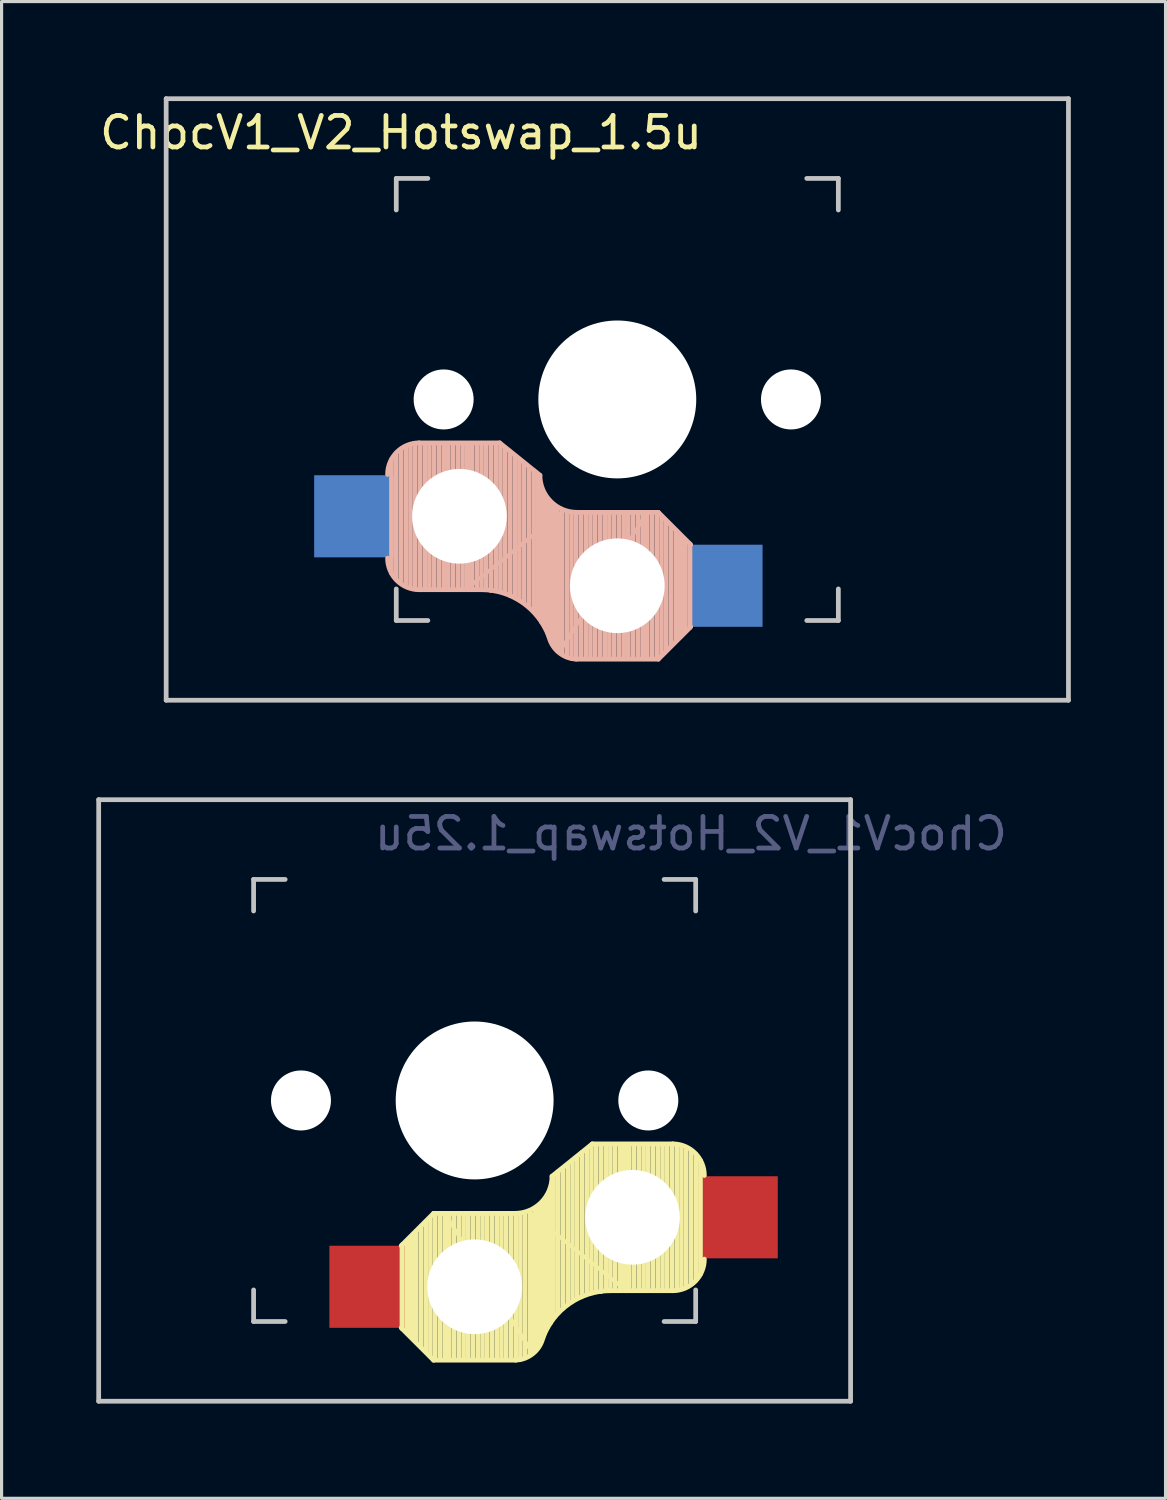
<source format=kicad_pcb>
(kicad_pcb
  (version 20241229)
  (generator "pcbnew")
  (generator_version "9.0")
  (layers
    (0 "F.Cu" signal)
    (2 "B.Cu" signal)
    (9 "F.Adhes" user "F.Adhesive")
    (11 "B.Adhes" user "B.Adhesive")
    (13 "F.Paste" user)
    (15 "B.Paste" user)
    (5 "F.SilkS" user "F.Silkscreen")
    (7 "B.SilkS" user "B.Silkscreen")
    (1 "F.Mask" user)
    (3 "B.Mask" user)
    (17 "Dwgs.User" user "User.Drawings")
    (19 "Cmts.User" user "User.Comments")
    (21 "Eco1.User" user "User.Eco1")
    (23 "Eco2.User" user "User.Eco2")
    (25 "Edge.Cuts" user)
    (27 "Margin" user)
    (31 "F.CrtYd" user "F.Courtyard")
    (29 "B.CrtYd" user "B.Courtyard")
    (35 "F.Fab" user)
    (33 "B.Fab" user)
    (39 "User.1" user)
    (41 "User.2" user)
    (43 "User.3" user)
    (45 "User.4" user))
  (footprint "ChocV1_V2_Hotswap_1.25u"
    (layer "F.Cu")
    (at 11.981 31.8)
    (property "Reference" "ChocV1_V2_Hotswap_1.25u" (at 6.85 -8.45 0) (layer "B.Fab") (effects (font (size 1 1) (thickness 0.15)) (justify mirror)))
    (attr through_hole)
    (fp_line (start -2.3 4.575) (end -2.3 7.225) (stroke (width 0.15) (type solid)) (layer "F.SilkS"))
    (fp_line (start -2.15 7.35) (end -2.15 4.45) (stroke (width 0.15) (type solid)) (layer "F.SilkS"))
    (fp_line (start -2.05 7.45) (end -2.05 4.35) (stroke (width 0.15) (type solid)) (layer "F.SilkS"))
    (fp_line (start -1.95 7.55) (end -1.95 4.25) (stroke (width 0.15) (type solid)) (layer "F.SilkS"))
    (fp_line (start -1.85 7.65) (end -1.85 4.15) (stroke (width 0.15) (type solid)) (layer "F.SilkS"))
    (fp_line (start -1.7 7.8) (end -1.7 4) (stroke (width 0.15) (type solid)) (layer "F.SilkS"))
    (fp_line (start -1.55 7.95) (end -1.55 3.85) (stroke (width 0.15) (type solid)) (layer "F.SilkS"))
    (fp_line (start -1.4 8.1) (end -1.4 3.7) (stroke (width 0.15) (type solid)) (layer "F.SilkS"))
    (fp_line (start -1.3 3.575) (end -2.325 4.6) (stroke (width 0.15) (type solid)) (layer "F.SilkS"))
    (fp_line (start -1.3 3.575) (end 1.275 3.575) (stroke (width 0.15) (type solid)) (layer "F.SilkS"))
    (fp_line (start -1.3 8.225) (end -2.325 7.2) (stroke (width 0.15) (type solid)) (layer "F.SilkS"))
    (fp_line (start -1.3 8.225) (end 1.3 8.225) (stroke (width 0.15) (type solid)) (layer "F.SilkS"))
    (fp_line (start -1.25 8.2) (end -1.25 3.6) (stroke (width 0.15) (type solid)) (layer "F.SilkS"))
    (fp_line (start -1.1 8.2) (end -1.1 3.6) (stroke (width 0.15) (type solid)) (layer "F.SilkS"))
    (fp_line (start -0.95 8.2) (end -0.95 3.6) (stroke (width 0.15) (type solid)) (layer "F.SilkS"))
    (fp_line (start -0.9 3.65) (end 1.8 7.95) (stroke (width 0.12) (type solid)) (layer "F.SilkS"))
    (fp_line (start -0.9 8.1) (end -0.9 3.65) (stroke (width 0.12) (type solid)) (layer "F.SilkS"))
    (fp_line (start -0.8 8.2) (end -0.8 3.6) (stroke (width 0.15) (type solid)) (layer "F.SilkS"))
    (fp_line (start -0.65 8.2) (end -0.65 3.6) (stroke (width 0.15) (type solid)) (layer "F.SilkS"))
    (fp_line (start -0.5 8.2) (end -0.5 3.6) (stroke (width 0.15) (type solid)) (layer "F.SilkS"))
    (fp_line (start -0.35 8.2) (end -0.35 3.6) (stroke (width 0.15) (type solid)) (layer "F.SilkS"))
    (fp_line (start -0.2 8.2) (end -0.2 3.6) (stroke (width 0.15) (type solid)) (layer "F.SilkS"))
    (fp_line (start -0.05 8.2) (end -0.05 3.6) (stroke (width 0.15) (type solid)) (layer "F.SilkS"))
    (fp_line (start 0.1 8.2) (end 0.1 3.6) (stroke (width 0.15) (type solid)) (layer "F.SilkS"))
    (fp_line (start 0.25 8.2) (end 0.25 3.6) (stroke (width 0.15) (type solid)) (layer "F.SilkS"))
    (fp_line (start 0.4 8.2) (end 0.4 3.6) (stroke (width 0.15) (type solid)) (layer "F.SilkS"))
    (fp_line (start 0.55 8.2) (end 0.55 3.6) (stroke (width 0.15) (type solid)) (layer "F.SilkS"))
    (fp_line (start 0.7 8.2) (end 0.7 3.6) (stroke (width 0.15) (type solid)) (layer "F.SilkS"))
    (fp_line (start 0.85 8.2) (end 0.85 3.6) (stroke (width 0.15) (type solid)) (layer "F.SilkS"))
    (fp_line (start 1 8.2) (end 1 3.6) (stroke (width 0.15) (type solid)) (layer "F.SilkS"))
    (fp_line (start 1.15 8.2) (end 1.15 3.65) (stroke (width 0.15) (type solid)) (layer "F.SilkS"))
    (fp_line (start 1.3 8.2) (end 1.3 3.6) (stroke (width 0.15) (type solid)) (layer "F.SilkS"))
    (fp_line (start 1.45 8.2) (end 1.45 3.6) (stroke (width 0.15) (type solid)) (layer "F.SilkS"))
    (fp_line (start 1.6 8.15) (end 1.6 3.6) (stroke (width 0.15) (type solid)) (layer "F.SilkS"))
    (fp_line (start 1.75 8.05) (end 1.75 3.5) (stroke (width 0.15) (type solid)) (layer "F.SilkS"))
    (fp_line (start 1.8 3.6) (end 4.65 5.9) (stroke (width 0.12) (type solid)) (layer "F.SilkS"))
    (fp_line (start 1.8 7.95) (end 1.8 3.6) (stroke (width 0.12) (type solid)) (layer "F.SilkS"))
    (fp_line (start 1.9 7.95) (end 1.9 3.45) (stroke (width 0.15) (type solid)) (layer "F.SilkS"))
    (fp_line (start 2 7.8) (end 2 3.4) (stroke (width 0.15) (type solid)) (layer "F.SilkS"))
    (fp_line (start 2.1 7.55) (end 2.1 3.35) (stroke (width 0.15) (type solid)) (layer "F.SilkS"))
    (fp_line (start 2.2 7.4) (end 2.2 3.25) (stroke (width 0.15) (type solid)) (layer "F.SilkS"))
    (fp_line (start 2.3 7.2) (end 2.3 3.05) (stroke (width 0.15) (type solid)) (layer "F.SilkS"))
    (fp_line (start 2.4 7.05) (end 2.4 2.9) (stroke (width 0.15) (type solid)) (layer "F.SilkS"))
    (fp_line (start 2.5 6.85) (end 2.5 2.4) (stroke (width 0.15) (type solid)) (layer "F.SilkS"))
    (fp_line (start 2.65 6.7) (end 2.65 2.25) (stroke (width 0.15) (type solid)) (layer "F.SilkS"))
    (fp_line (start 2.8 6.55) (end 2.8 2.15) (stroke (width 0.15) (type solid)) (layer "F.SilkS"))
    (fp_line (start 2.95 6.45) (end 2.95 2.05) (stroke (width 0.15) (type solid)) (layer "F.SilkS"))
    (fp_line (start 3.1 6.35) (end 3.1 1.9) (stroke (width 0.15) (type solid)) (layer "F.SilkS"))
    (fp_line (start 3.25 6.25) (end 3.25 1.8) (stroke (width 0.15) (type solid)) (layer "F.SilkS"))
    (fp_line (start 3.4 6.2) (end 3.4 1.65) (stroke (width 0.15) (type solid)) (layer "F.SilkS"))
    (fp_line (start 3.55 6.1) (end 3.55 1.55) (stroke (width 0.15) (type solid)) (layer "F.SilkS"))
    (fp_line (start 3.7 6.05) (end 3.7 1.45) (stroke (width 0.15) (type solid)) (layer "F.SilkS"))
    (fp_line (start 3.725 1.375) (end 2.45 2.4) (stroke (width 0.15) (type solid)) (layer "F.SilkS"))
    (fp_line (start 3.725 1.375) (end 6.275 1.375) (stroke (width 0.15) (type solid)) (layer "F.SilkS"))
    (fp_line (start 3.85 6.05) (end 3.85 1.4) (stroke (width 0.15) (type solid)) (layer "F.SilkS"))
    (fp_line (start 4 6.05) (end 4 1.4) (stroke (width 0.15) (type solid)) (layer "F.SilkS"))
    (fp_line (start 4.15 6) (end 4.15 1.45) (stroke (width 0.15) (type solid)) (layer "F.SilkS"))
    (fp_line (start 4.3 6) (end 4.3 1.4) (stroke (width 0.15) (type solid)) (layer "F.SilkS"))
    (fp_line (start 4.3 6.025) (end 6.275 6.025) (stroke (width 0.15) (type solid)) (layer "F.SilkS"))
    (fp_line (start 4.45 6) (end 4.45 1.4) (stroke (width 0.15) (type solid)) (layer "F.SilkS"))
    (fp_line (start 4.6 6) (end 4.6 1.4) (stroke (width 0.15) (type solid)) (layer "F.SilkS"))
    (fp_line (start 4.65 5.9) (end 4.65 1.4) (stroke (width 0.12) (type solid)) (layer "F.SilkS"))
    (fp_line (start 4.75 6) (end 4.75 1.4) (stroke (width 0.15) (type solid)) (layer "F.SilkS"))
    (fp_line (start 4.9 6) (end 4.9 1.4) (stroke (width 0.15) (type solid)) (layer "F.SilkS"))
    (fp_line (start 5.05 6) (end 5.05 1.4) (stroke (width 0.15) (type solid)) (layer "F.SilkS"))
    (fp_line (start 5.2 6) (end 5.2 1.4) (stroke (width 0.15) (type solid)) (layer "F.SilkS"))
    (fp_line (start 5.35 6) (end 5.35 1.4) (stroke (width 0.15) (type solid)) (layer "F.SilkS"))
    (fp_line (start 5.5 6) (end 5.5 1.4) (stroke (width 0.15) (type solid)) (layer "F.SilkS"))
    (fp_line (start 5.65 6) (end 5.65 1.4) (stroke (width 0.15) (type solid)) (layer "F.SilkS"))
    (fp_line (start 5.8 6) (end 5.8 1.4) (stroke (width 0.15) (type solid)) (layer "F.SilkS"))
    (fp_line (start 5.95 6) (end 5.95 1.4) (stroke (width 0.15) (type solid)) (layer "F.SilkS"))
    (fp_line (start 6.1 6) (end 6.1 1.4) (stroke (width 0.15) (type solid)) (layer "F.SilkS"))
    (fp_line (start 6.25 6) (end 6.25 1.4) (stroke (width 0.15) (type solid)) (layer "F.SilkS"))
    (fp_line (start 6.4 6) (end 6.4 1.45) (stroke (width 0.15) (type solid)) (layer "F.SilkS"))
    (fp_line (start 6.55 5.95) (end 6.55 1.45) (stroke (width 0.15) (type solid)) (layer "F.SilkS"))
    (fp_line (start 6.7 5.9) (end 6.7 1.5) (stroke (width 0.15) (type solid)) (layer "F.SilkS"))
    (fp_line (start 6.85 5.8) (end 6.85 1.6) (stroke (width 0.15) (type solid)) (layer "F.SilkS"))
    (fp_line (start 7 5.7) (end 7 1.7) (stroke (width 0.15) (type solid)) (layer "F.SilkS"))
    (fp_line (start 7.15 5.5) (end 7.15 1.9) (stroke (width 0.15) (type solid)) (layer "F.SilkS"))
    (fp_arc (start 2.162199 7.521904) (mid 1.848284 8.016021) (end 1.300995 8.223791) (stroke (width 0.15) (type solid)) (layer "F.SilkS"))
    (fp_arc (start 2.162199 7.521904) (mid 2.995114 6.436429) (end 4.3 6.025) (stroke (width 0.15) (type solid)) (layer "F.SilkS"))
    (fp_arc (start 2.45 2.4) (mid 2.10585 3.23085) (end 1.275 3.575) (stroke (width 0.15) (type solid)) (layer "F.SilkS"))
    (fp_arc (start 6.275 1.375) (mid 6.982107 1.667893) (end 7.275 2.375) (stroke (width 0.15) (type solid)) (layer "F.SilkS"))
    (fp_arc (start 7.275 5.025) (mid 6.982107 5.732107) (end 6.275 6.025) (stroke (width 0.15) (type solid)) (layer "F.SilkS"))
    (fp_line (start -11.906 -9.525) (end -11.906 9.525) (stroke (width 0.15) (type solid)) (layer "Dwgs.User"))
    (fp_line (start -11.906 9.525) (end 11.906 9.525) (stroke (width 0.15) (type solid)) (layer "Dwgs.User"))
    (fp_line (start -7 -7) (end -6 -7) (stroke (width 0.15) (type solid)) (layer "Dwgs.User"))
    (fp_line (start -7 -6) (end -7 -7) (stroke (width 0.15) (type solid)) (layer "Dwgs.User"))
    (fp_line (start -7 7) (end -7 6) (stroke (width 0.15) (type solid)) (layer "Dwgs.User"))
    (fp_line (start -6 7) (end -7 7) (stroke (width 0.15) (type solid)) (layer "Dwgs.User"))
    (fp_line (start 6 7) (end 7 7) (stroke (width 0.15) (type solid)) (layer "Dwgs.User"))
    (fp_line (start 7 -7) (end 6 -7) (stroke (width 0.15) (type solid)) (layer "Dwgs.User"))
    (fp_line (start 7 -6) (end 7 -7) (stroke (width 0.15) (type solid)) (layer "Dwgs.User"))
    (fp_line (start 7 7) (end 7 6) (stroke (width 0.15) (type solid)) (layer "Dwgs.User"))
    (fp_line (start 11.906 -9.525) (end -11.906 -9.525) (stroke (width 0.15) (type solid)) (layer "Dwgs.User"))
    (fp_line (start 11.906 9.525) (end 11.906 -9.525) (stroke (width 0.15) (type solid)) (layer "Dwgs.User"))
    (pad "" np_thru_hole circle (at -5.5 0 270) (size 1.9 1.9) (drill 1.9) (layers "*.Cu"))
    (pad "" np_thru_hole circle (at 0 0 270) (size 5 5) (drill 5) (layers "*.Cu"))
    (pad "" np_thru_hole circle (at 0 5.9 270) (size 3 3) (drill 3) (layers "*.Cu" "*.Mask"))
    (pad "" np_thru_hole circle (at 5 3.7 270) (size 3 3) (drill 3) (layers "*.Cu" "*.Mask"))
    (pad "" np_thru_hole circle (at 5.5 0 270) (size 1.9 1.9) (drill 1.9) (layers "*.Cu"))
    (pad "1" smd rect (at 8.3 3.7 180) (size 2.6 2.6) (layers "F.Cu" "F.Mask" "F.Paste"))
    (pad "2" smd rect (at -3.3 5.9 180) (size 2.6 2.6) (layers "F.Cu" "F.Mask" "F.Paste")))
  (footprint "ChocV1_V2_Hotswap_1.5u"
    (layer "F.Cu")
    (at 16.499 9.6)
    (property "Reference" "ChocV1_V2_Hotswap_1.5u" (at -6.85 -8.45 0) (layer "F.SilkS") (effects (font (size 1 1) (thickness 0.15))))
    (attr through_hole)
    (fp_line (start -7.15 5.5) (end -7.15 1.9) (stroke (width 0.15) (type solid)) (layer "B.SilkS"))
    (fp_line (start -7 5.7) (end -7 1.7) (stroke (width 0.15) (type solid)) (layer "B.SilkS"))
    (fp_line (start -6.85 5.8) (end -6.85 1.6) (stroke (width 0.15) (type solid)) (layer "B.SilkS"))
    (fp_line (start -6.7 5.9) (end -6.7 1.5) (stroke (width 0.15) (type solid)) (layer "B.SilkS"))
    (fp_line (start -6.55 5.95) (end -6.55 1.45) (stroke (width 0.15) (type solid)) (layer "B.SilkS"))
    (fp_line (start -6.4 6) (end -6.4 1.45) (stroke (width 0.15) (type solid)) (layer "B.SilkS"))
    (fp_line (start -6.25 6) (end -6.25 1.4) (stroke (width 0.15) (type solid)) (layer "B.SilkS"))
    (fp_line (start -6.1 6) (end -6.1 1.4) (stroke (width 0.15) (type solid)) (layer "B.SilkS"))
    (fp_line (start -5.95 6) (end -5.95 1.4) (stroke (width 0.15) (type solid)) (layer "B.SilkS"))
    (fp_line (start -5.8 6) (end -5.8 1.4) (stroke (width 0.15) (type solid)) (layer "B.SilkS"))
    (fp_line (start -5.65 6) (end -5.65 1.4) (stroke (width 0.15) (type solid)) (layer "B.SilkS"))
    (fp_line (start -5.5 6) (end -5.5 1.4) (stroke (width 0.15) (type solid)) (layer "B.SilkS"))
    (fp_line (start -5.35 6) (end -5.35 1.4) (stroke (width 0.15) (type solid)) (layer "B.SilkS"))
    (fp_line (start -5.2 6) (end -5.2 1.4) (stroke (width 0.15) (type solid)) (layer "B.SilkS"))
    (fp_line (start -5.05 6) (end -5.05 1.4) (stroke (width 0.15) (type solid)) (layer "B.SilkS"))
    (fp_line (start -4.9 6) (end -4.9 1.4) (stroke (width 0.15) (type solid)) (layer "B.SilkS"))
    (fp_line (start -4.75 6) (end -4.75 1.4) (stroke (width 0.15) (type solid)) (layer "B.SilkS"))
    (fp_line (start -4.65 5.9) (end -4.65 1.4) (stroke (width 0.12) (type solid)) (layer "B.SilkS"))
    (fp_line (start -4.6 6) (end -4.6 1.4) (stroke (width 0.15) (type solid)) (layer "B.SilkS"))
    (fp_line (start -4.45 6) (end -4.45 1.4) (stroke (width 0.15) (type solid)) (layer "B.SilkS"))
    (fp_line (start -4.3 6) (end -4.3 1.4) (stroke (width 0.15) (type solid)) (layer "B.SilkS"))
    (fp_line (start -4.3 6.025) (end -6.275 6.025) (stroke (width 0.15) (type solid)) (layer "B.SilkS"))
    (fp_line (start -4.15 6) (end -4.15 1.45) (stroke (width 0.15) (type solid)) (layer "B.SilkS"))
    (fp_line (start -4 6.05) (end -4 1.4) (stroke (width 0.15) (type solid)) (layer "B.SilkS"))
    (fp_line (start -3.85 6.05) (end -3.85 1.4) (stroke (width 0.15) (type solid)) (layer "B.SilkS"))
    (fp_line (start -3.725 1.375) (end -6.275 1.375) (stroke (width 0.15) (type solid)) (layer "B.SilkS"))
    (fp_line (start -3.725 1.375) (end -2.45 2.4) (stroke (width 0.15) (type solid)) (layer "B.SilkS"))
    (fp_line (start -3.7 6.05) (end -3.7 1.45) (stroke (width 0.15) (type solid)) (layer "B.SilkS"))
    (fp_line (start -3.55 6.1) (end -3.55 1.55) (stroke (width 0.15) (type solid)) (layer "B.SilkS"))
    (fp_line (start -3.4 6.2) (end -3.4 1.65) (stroke (width 0.15) (type solid)) (layer "B.SilkS"))
    (fp_line (start -3.25 6.25) (end -3.25 1.8) (stroke (width 0.15) (type solid)) (layer "B.SilkS"))
    (fp_line (start -3.1 6.35) (end -3.1 1.9) (stroke (width 0.15) (type solid)) (layer "B.SilkS"))
    (fp_line (start -2.95 6.45) (end -2.95 2.05) (stroke (width 0.15) (type solid)) (layer "B.SilkS"))
    (fp_line (start -2.8 6.55) (end -2.8 2.15) (stroke (width 0.15) (type solid)) (layer "B.SilkS"))
    (fp_line (start -2.65 6.7) (end -2.65 2.25) (stroke (width 0.15) (type solid)) (layer "B.SilkS"))
    (fp_line (start -2.5 6.85) (end -2.5 2.4) (stroke (width 0.15) (type solid)) (layer "B.SilkS"))
    (fp_line (start -2.4 7.05) (end -2.4 2.9) (stroke (width 0.15) (type solid)) (layer "B.SilkS"))
    (fp_line (start -2.3 7.2) (end -2.3 3.05) (stroke (width 0.15) (type solid)) (layer "B.SilkS"))
    (fp_line (start -2.2 7.4) (end -2.2 3.25) (stroke (width 0.15) (type solid)) (layer "B.SilkS"))
    (fp_line (start -2.1 7.55) (end -2.1 3.35) (stroke (width 0.15) (type solid)) (layer "B.SilkS"))
    (fp_line (start -2 7.8) (end -2 3.4) (stroke (width 0.15) (type solid)) (layer "B.SilkS"))
    (fp_line (start -1.9 7.95) (end -1.9 3.45) (stroke (width 0.15) (type solid)) (layer "B.SilkS"))
    (fp_line (start -1.8 3.6) (end -4.65 5.9) (stroke (width 0.12) (type solid)) (layer "B.SilkS"))
    (fp_line (start -1.8 7.95) (end -1.8 3.6) (stroke (width 0.12) (type solid)) (layer "B.SilkS"))
    (fp_line (start -1.75 8.05) (end -1.75 3.5) (stroke (width 0.15) (type solid)) (layer "B.SilkS"))
    (fp_line (start -1.6 8.15) (end -1.6 3.6) (stroke (width 0.15) (type solid)) (layer "B.SilkS"))
    (fp_line (start -1.45 8.2) (end -1.45 3.6) (stroke (width 0.15) (type solid)) (layer "B.SilkS"))
    (fp_line (start -1.3 8.2) (end -1.3 3.6) (stroke (width 0.15) (type solid)) (layer "B.SilkS"))
    (fp_line (start -1.15 8.2) (end -1.15 3.65) (stroke (width 0.15) (type solid)) (layer "B.SilkS"))
    (fp_line (start -1 8.2) (end -1 3.6) (stroke (width 0.15) (type solid)) (layer "B.SilkS"))
    (fp_line (start -0.85 8.2) (end -0.85 3.6) (stroke (width 0.15) (type solid)) (layer "B.SilkS"))
    (fp_line (start -0.7 8.2) (end -0.7 3.6) (stroke (width 0.15) (type solid)) (layer "B.SilkS"))
    (fp_line (start -0.55 8.2) (end -0.55 3.6) (stroke (width 0.15) (type solid)) (layer "B.SilkS"))
    (fp_line (start -0.4 8.2) (end -0.4 3.6) (stroke (width 0.15) (type solid)) (layer "B.SilkS"))
    (fp_line (start -0.25 8.2) (end -0.25 3.6) (stroke (width 0.15) (type solid)) (layer "B.SilkS"))
    (fp_line (start -0.1 8.2) (end -0.1 3.6) (stroke (width 0.15) (type solid)) (layer "B.SilkS"))
    (fp_line (start 0.05 8.2) (end 0.05 3.6) (stroke (width 0.15) (type solid)) (layer "B.SilkS"))
    (fp_line (start 0.2 8.2) (end 0.2 3.6) (stroke (width 0.15) (type solid)) (layer "B.SilkS"))
    (fp_line (start 0.35 8.2) (end 0.35 3.6) (stroke (width 0.15) (type solid)) (layer "B.SilkS"))
    (fp_line (start 0.5 8.2) (end 0.5 3.6) (stroke (width 0.15) (type solid)) (layer "B.SilkS"))
    (fp_line (start 0.65 8.2) (end 0.65 3.6) (stroke (width 0.15) (type solid)) (layer "B.SilkS"))
    (fp_line (start 0.8 8.2) (end 0.8 3.6) (stroke (width 0.15) (type solid)) (layer "B.SilkS"))
    (fp_line (start 0.9 3.65) (end -1.8 7.95) (stroke (width 0.12) (type solid)) (layer "B.SilkS"))
    (fp_line (start 0.9 8.1) (end 0.9 3.65) (stroke (width 0.12) (type solid)) (layer "B.SilkS"))
    (fp_line (start 0.95 8.2) (end 0.95 3.6) (stroke (width 0.15) (type solid)) (layer "B.SilkS"))
    (fp_line (start 1.1 8.2) (end 1.1 3.6) (stroke (width 0.15) (type solid)) (layer "B.SilkS"))
    (fp_line (start 1.25 8.2) (end 1.25 3.6) (stroke (width 0.15) (type solid)) (layer "B.SilkS"))
    (fp_line (start 1.3 3.575) (end -1.275 3.575) (stroke (width 0.15) (type solid)) (layer "B.SilkS"))
    (fp_line (start 1.3 3.575) (end 2.325 4.6) (stroke (width 0.15) (type solid)) (layer "B.SilkS"))
    (fp_line (start 1.3 8.225) (end -1.3 8.225) (stroke (width 0.15) (type solid)) (layer "B.SilkS"))
    (fp_line (start 1.3 8.225) (end 2.325 7.2) (stroke (width 0.15) (type solid)) (layer "B.SilkS"))
    (fp_line (start 1.4 8.1) (end 1.4 3.7) (stroke (width 0.15) (type solid)) (layer "B.SilkS"))
    (fp_line (start 1.55 7.95) (end 1.55 3.85) (stroke (width 0.15) (type solid)) (layer "B.SilkS"))
    (fp_line (start 1.7 7.8) (end 1.7 4) (stroke (width 0.15) (type solid)) (layer "B.SilkS"))
    (fp_line (start 1.85 7.65) (end 1.85 4.15) (stroke (width 0.15) (type solid)) (layer "B.SilkS"))
    (fp_line (start 1.95 7.55) (end 1.95 4.3) (stroke (width 0.15) (type solid)) (layer "B.SilkS"))
    (fp_line (start 2.05 7.45) (end 2.05 4.4) (stroke (width 0.15) (type solid)) (layer "B.SilkS"))
    (fp_line (start 2.15 7.35) (end 2.15 4.5) (stroke (width 0.15) (type solid)) (layer "B.SilkS"))
    (fp_line (start 2.3 4.575) (end 2.3 7.225) (stroke (width 0.15) (type solid)) (layer "B.SilkS"))
    (fp_arc (start -7.275 2.375) (mid -6.982107 1.667893) (end -6.275 1.375) (stroke (width 0.15) (type solid)) (layer "B.SilkS"))
    (fp_arc (start -6.275 6.025) (mid -6.982107 5.732107) (end -7.275 5.025) (stroke (width 0.15) (type solid)) (layer "B.SilkS"))
    (fp_arc (start -4.3 6.025) (mid -2.995114 6.436429) (end -2.162199 7.521904) (stroke (width 0.15) (type solid)) (layer "B.SilkS"))
    (fp_arc (start -1.300995 8.223791) (mid -1.848284 8.016021) (end -2.162199 7.521904) (stroke (width 0.15) (type solid)) (layer "B.SilkS"))
    (fp_arc (start -1.275 3.575) (mid -2.10585 3.23085) (end -2.45 2.4) (stroke (width 0.15) (type solid)) (layer "B.SilkS"))
    (fp_line (start -14.287 -9.525) (end 14.287 -9.525) (stroke (width 0.15) (type solid)) (layer "Dwgs.User"))
    (fp_line (start -14.287 9.525) (end -14.287 -9.525) (stroke (width 0.15) (type solid)) (layer "Dwgs.User"))
    (fp_line (start -7 -7) (end -6 -7) (stroke (width 0.15) (type solid)) (layer "Dwgs.User"))
    (fp_line (start -7 -6) (end -7 -7) (stroke (width 0.15) (type solid)) (layer "Dwgs.User"))
    (fp_line (start -7 7) (end -7 6) (stroke (width 0.15) (type solid)) (layer "Dwgs.User"))
    (fp_line (start -6 7) (end -7 7) (stroke (width 0.15) (type solid)) (layer "Dwgs.User"))
    (fp_line (start 6 7) (end 7 7) (stroke (width 0.15) (type solid)) (layer "Dwgs.User"))
    (fp_line (start 7 -7) (end 6 -7) (stroke (width 0.15) (type solid)) (layer "Dwgs.User"))
    (fp_line (start 7 -6) (end 7 -7) (stroke (width 0.15) (type solid)) (layer "Dwgs.User"))
    (fp_line (start 7 7) (end 7 6) (stroke (width 0.15) (type solid)) (layer "Dwgs.User"))
    (fp_line (start 14.287 -9.525) (end 14.287 9.525) (stroke (width 0.15) (type solid)) (layer "Dwgs.User"))
    (fp_line (start 14.287 9.525) (end -14.287 9.525) (stroke (width 0.15) (type solid)) (layer "Dwgs.User"))
    (pad "" np_thru_hole circle (at -5.5 0 90) (size 1.9 1.9) (drill 1.9) (layers "*.Cu"))
    (pad "" np_thru_hole circle (at -5 3.7 90) (size 3 3) (drill 3) (layers "*.Cu" "*.Mask"))
    (pad "" np_thru_hole circle (at 0 0 90) (size 5 5) (drill 5) (layers "*.Cu"))
    (pad "" np_thru_hole circle (at 0 5.9 90) (size 3 3) (drill 3) (layers "*.Cu" "*.Mask"))
    (pad "" np_thru_hole circle (at 5.5 0 90) (size 1.9 1.9) (drill 1.9) (layers "*.Cu"))
    (pad "1" smd rect (at -8.3 3.7 180) (size 2.6 2.6) (layers "B.Cu" "B.Mask" "B.Paste"))
    (pad "2" smd rect (at 3.3 5.9 180) (size 2.6 2.6) (layers "B.Cu" "B.Mask" "B.Paste")))
  (gr_rect
    (start -3 -3)
    (end 33.861 44.4)
    (stroke (width 0.1) (type default))
    (fill no)
    (layer "Edge.Cuts")))
</source>
